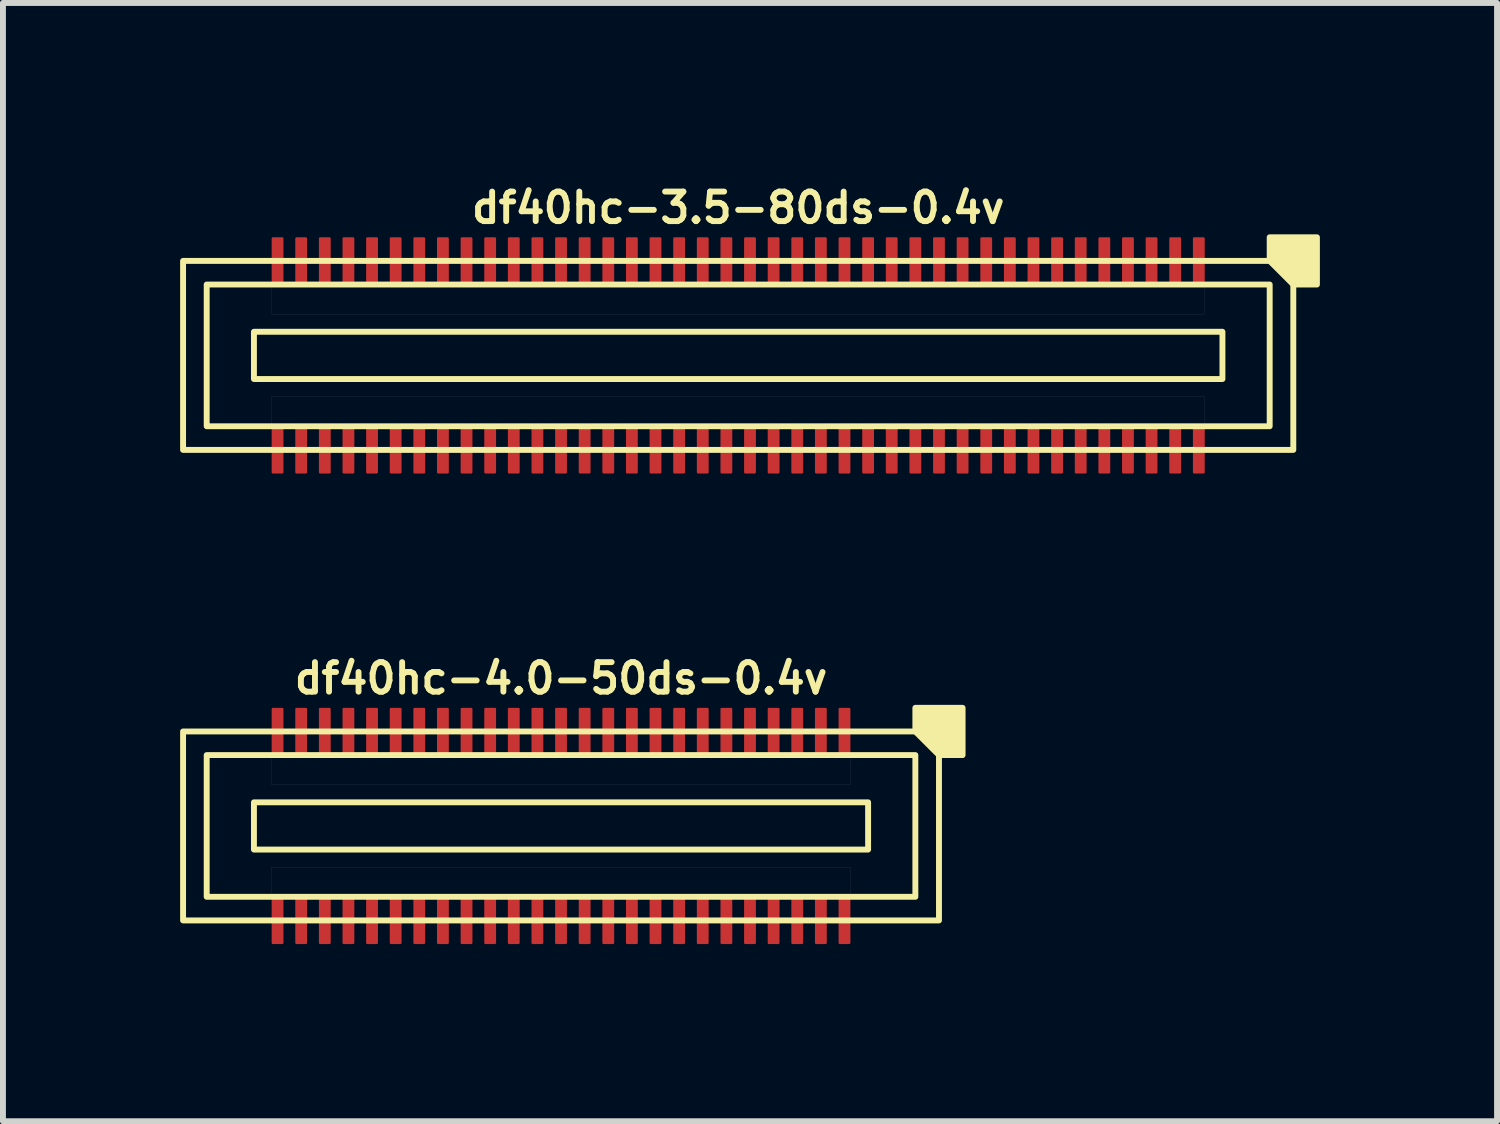
<source format=kicad_pcb>
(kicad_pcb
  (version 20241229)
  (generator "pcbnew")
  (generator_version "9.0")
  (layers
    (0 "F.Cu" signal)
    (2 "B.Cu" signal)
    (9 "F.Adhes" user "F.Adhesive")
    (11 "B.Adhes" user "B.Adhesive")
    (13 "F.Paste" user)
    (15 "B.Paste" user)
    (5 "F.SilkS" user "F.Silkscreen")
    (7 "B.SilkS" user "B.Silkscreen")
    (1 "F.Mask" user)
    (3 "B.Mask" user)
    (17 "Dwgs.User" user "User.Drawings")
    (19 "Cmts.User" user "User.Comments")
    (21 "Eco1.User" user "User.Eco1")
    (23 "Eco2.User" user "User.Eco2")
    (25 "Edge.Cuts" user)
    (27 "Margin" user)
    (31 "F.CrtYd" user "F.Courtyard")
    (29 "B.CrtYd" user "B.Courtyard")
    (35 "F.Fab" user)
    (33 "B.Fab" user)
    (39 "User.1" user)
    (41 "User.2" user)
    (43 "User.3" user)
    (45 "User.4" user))
  (footprint "df40hc-3.5-80ds-0.4v"
    (layer "F.Cu")
    (at 9.45 2.968)
    (property "Reference" "df40hc-3.5-80ds-0.4v" (at 0 -2.5 180) (layer "F.SilkS") (effects (font (size 0.5 0.5) (thickness 0.1))))
    (attr smd)
    (fp_rect (start -8.2 -0.4) (end 8.2 0.4) (stroke (width 0.1) (type default)) (fill no) (layer "F.SilkS"))
    (fp_rect (start 9 -1.2) (end -9 1.2) (stroke (width 0.1) (type default)) (fill no) (layer "F.SilkS"))
    (fp_rect (start 9.4 -1.6) (end -9.4 1.6) (stroke (width 0.1) (type default)) (fill no) (layer "F.SilkS"))
    (fp_poly (pts (xy 9 -1.6) (xy 9 -2) (xy 9.8 -2) (xy 9.8 -1.2) (xy 9.4 -1.2)) (stroke (width 0.1) (type solid)) (fill yes) (layer "F.SilkS"))
    (fp_poly (pts (xy -7.9 -1.2) (xy 7.9 -1.2) (xy 7.9 -0.7) (xy -7.9 -0.7)) (stroke (width 0.001) (type solid)) (fill no) (layer "Dwgs.User"))
    (fp_poly (pts (xy -7.9 0.7) (xy 7.9 0.7) (xy 7.9 1.2) (xy -7.9 1.2)) (stroke (width 0.001) (type solid)) (fill no) (layer "Dwgs.User"))
    (pad "1" smd roundrect (at 7.8 -1.6) (size 0.2 0.8) (layers "F.Cu" "F.Mask" "F.Paste") (roundrect_rratio 0.1))
    (pad "2" smd roundrect (at 7.8 1.6) (size 0.2 0.8) (layers "F.Cu" "F.Mask" "F.Paste") (roundrect_rratio 0.1))
    (pad "3" smd roundrect (at 7.4 -1.6) (size 0.2 0.8) (layers "F.Cu" "F.Mask" "F.Paste") (roundrect_rratio 0.1))
    (pad "4" smd roundrect (at 7.4 1.6) (size 0.2 0.8) (layers "F.Cu" "F.Mask" "F.Paste") (roundrect_rratio 0.1))
    (pad "5" smd roundrect (at 7 -1.6) (size 0.2 0.8) (layers "F.Cu" "F.Mask" "F.Paste") (roundrect_rratio 0.1))
    (pad "6" smd roundrect (at 7 1.6) (size 0.2 0.8) (layers "F.Cu" "F.Mask" "F.Paste") (roundrect_rratio 0.1))
    (pad "7" smd roundrect (at 6.6 -1.6) (size 0.2 0.8) (layers "F.Cu" "F.Mask" "F.Paste") (roundrect_rratio 0.1))
    (pad "8" smd roundrect (at 6.6 1.6) (size 0.2 0.8) (layers "F.Cu" "F.Mask" "F.Paste") (roundrect_rratio 0.1))
    (pad "9" smd roundrect (at 6.2 -1.6) (size 0.2 0.8) (layers "F.Cu" "F.Mask" "F.Paste") (roundrect_rratio 0.1))
    (pad "10" smd roundrect (at 6.2 1.6) (size 0.2 0.8) (layers "F.Cu" "F.Mask" "F.Paste") (roundrect_rratio 0.1))
    (pad "11" smd roundrect (at 5.8 -1.6) (size 0.2 0.8) (layers "F.Cu" "F.Mask" "F.Paste") (roundrect_rratio 0.1))
    (pad "12" smd roundrect (at 5.8 1.6) (size 0.2 0.8) (layers "F.Cu" "F.Mask" "F.Paste") (roundrect_rratio 0.1))
    (pad "13" smd roundrect (at 5.4 -1.6) (size 0.2 0.8) (layers "F.Cu" "F.Mask" "F.Paste") (roundrect_rratio 0.1))
    (pad "14" smd roundrect (at 5.4 1.6) (size 0.2 0.8) (layers "F.Cu" "F.Mask" "F.Paste") (roundrect_rratio 0.1))
    (pad "15" smd roundrect (at 5 -1.6) (size 0.2 0.8) (layers "F.Cu" "F.Mask" "F.Paste") (roundrect_rratio 0.1))
    (pad "16" smd roundrect (at 5 1.6) (size 0.2 0.8) (layers "F.Cu" "F.Mask" "F.Paste") (roundrect_rratio 0.1))
    (pad "17" smd roundrect (at 4.6 -1.6) (size 0.2 0.8) (layers "F.Cu" "F.Mask" "F.Paste") (roundrect_rratio 0.1))
    (pad "18" smd roundrect (at 4.6 1.6) (size 0.2 0.8) (layers "F.Cu" "F.Mask" "F.Paste") (roundrect_rratio 0.1))
    (pad "19" smd roundrect (at 4.2 -1.6) (size 0.2 0.8) (layers "F.Cu" "F.Mask" "F.Paste") (roundrect_rratio 0.1))
    (pad "20" smd roundrect (at 4.2 1.6) (size 0.2 0.8) (layers "F.Cu" "F.Mask" "F.Paste") (roundrect_rratio 0.1))
    (pad "21" smd roundrect (at 3.8 -1.6) (size 0.2 0.8) (layers "F.Cu" "F.Mask" "F.Paste") (roundrect_rratio 0.1))
    (pad "22" smd roundrect (at 3.8 1.6) (size 0.2 0.8) (layers "F.Cu" "F.Mask" "F.Paste") (roundrect_rratio 0.1))
    (pad "23" smd roundrect (at 3.4 -1.6) (size 0.2 0.8) (layers "F.Cu" "F.Mask" "F.Paste") (roundrect_rratio 0.1))
    (pad "24" smd roundrect (at 3.4 1.6) (size 0.2 0.8) (layers "F.Cu" "F.Mask" "F.Paste") (roundrect_rratio 0.1))
    (pad "25" smd roundrect (at 3 -1.6) (size 0.2 0.8) (layers "F.Cu" "F.Mask" "F.Paste") (roundrect_rratio 0.1))
    (pad "26" smd roundrect (at 3 1.6) (size 0.2 0.8) (layers "F.Cu" "F.Mask" "F.Paste") (roundrect_rratio 0.1))
    (pad "27" smd roundrect (at 2.6 -1.6) (size 0.2 0.8) (layers "F.Cu" "F.Mask" "F.Paste") (roundrect_rratio 0.1))
    (pad "28" smd roundrect (at 2.6 1.6) (size 0.2 0.8) (layers "F.Cu" "F.Mask" "F.Paste") (roundrect_rratio 0.1))
    (pad "29" smd roundrect (at 2.2 -1.6) (size 0.2 0.8) (layers "F.Cu" "F.Mask" "F.Paste") (roundrect_rratio 0.1))
    (pad "30" smd roundrect (at 2.2 1.6) (size 0.2 0.8) (layers "F.Cu" "F.Mask" "F.Paste") (roundrect_rratio 0.1))
    (pad "31" smd roundrect (at 1.8 -1.6) (size 0.2 0.8) (layers "F.Cu" "F.Mask" "F.Paste") (roundrect_rratio 0.1))
    (pad "32" smd roundrect (at 1.8 1.6) (size 0.2 0.8) (layers "F.Cu" "F.Mask" "F.Paste") (roundrect_rratio 0.1))
    (pad "33" smd roundrect (at 1.4 -1.6) (size 0.2 0.8) (layers "F.Cu" "F.Mask" "F.Paste") (roundrect_rratio 0.1))
    (pad "34" smd roundrect (at 1.4 1.6) (size 0.2 0.8) (layers "F.Cu" "F.Mask" "F.Paste") (roundrect_rratio 0.1))
    (pad "35" smd roundrect (at 1 -1.6) (size 0.2 0.8) (layers "F.Cu" "F.Mask" "F.Paste") (roundrect_rratio 0.1))
    (pad "36" smd roundrect (at 1 1.6) (size 0.2 0.8) (layers "F.Cu" "F.Mask" "F.Paste") (roundrect_rratio 0.1))
    (pad "37" smd roundrect (at 0.6 -1.6) (size 0.2 0.8) (layers "F.Cu" "F.Mask" "F.Paste") (roundrect_rratio 0.1))
    (pad "38" smd roundrect (at 0.6 1.6) (size 0.2 0.8) (layers "F.Cu" "F.Mask" "F.Paste") (roundrect_rratio 0.1))
    (pad "39" smd roundrect (at 0.2 -1.6) (size 0.2 0.8) (layers "F.Cu" "F.Mask" "F.Paste") (roundrect_rratio 0.1))
    (pad "40" smd roundrect (at 0.2 1.6) (size 0.2 0.8) (layers "F.Cu" "F.Mask" "F.Paste") (roundrect_rratio 0.1))
    (pad "41" smd roundrect (at -0.2 -1.6) (size 0.2 0.8) (layers "F.Cu" "F.Mask" "F.Paste") (roundrect_rratio 0.1))
    (pad "42" smd roundrect (at -0.2 1.6) (size 0.2 0.8) (layers "F.Cu" "F.Mask" "F.Paste") (roundrect_rratio 0.1))
    (pad "43" smd roundrect (at -0.6 -1.6) (size 0.2 0.8) (layers "F.Cu" "F.Mask" "F.Paste") (roundrect_rratio 0.1))
    (pad "44" smd roundrect (at -0.6 1.6) (size 0.2 0.8) (layers "F.Cu" "F.Mask" "F.Paste") (roundrect_rratio 0.1))
    (pad "45" smd roundrect (at -1 -1.6) (size 0.2 0.8) (layers "F.Cu" "F.Mask" "F.Paste") (roundrect_rratio 0.1))
    (pad "46" smd roundrect (at -1 1.6) (size 0.2 0.8) (layers "F.Cu" "F.Mask" "F.Paste") (roundrect_rratio 0.1))
    (pad "47" smd roundrect (at -1.4 -1.6) (size 0.2 0.8) (layers "F.Cu" "F.Mask" "F.Paste") (roundrect_rratio 0.1))
    (pad "48" smd roundrect (at -1.4 1.6) (size 0.2 0.8) (layers "F.Cu" "F.Mask" "F.Paste") (roundrect_rratio 0.1))
    (pad "49" smd roundrect (at -1.8 -1.6) (size 0.2 0.8) (layers "F.Cu" "F.Mask" "F.Paste") (roundrect_rratio 0.1))
    (pad "50" smd roundrect (at -1.8 1.6) (size 0.2 0.8) (layers "F.Cu" "F.Mask" "F.Paste") (roundrect_rratio 0.1))
    (pad "51" smd roundrect (at -2.2 -1.6) (size 0.2 0.8) (layers "F.Cu" "F.Mask" "F.Paste") (roundrect_rratio 0.1))
    (pad "52" smd roundrect (at -2.2 1.6) (size 0.2 0.8) (layers "F.Cu" "F.Mask" "F.Paste") (roundrect_rratio 0.1))
    (pad "53" smd roundrect (at -2.6 -1.6) (size 0.2 0.8) (layers "F.Cu" "F.Mask" "F.Paste") (roundrect_rratio 0.1))
    (pad "54" smd roundrect (at -2.6 1.6) (size 0.2 0.8) (layers "F.Cu" "F.Mask" "F.Paste") (roundrect_rratio 0.1))
    (pad "55" smd roundrect (at -3 -1.6) (size 0.2 0.8) (layers "F.Cu" "F.Mask" "F.Paste") (roundrect_rratio 0.1))
    (pad "56" smd roundrect (at -3 1.6) (size 0.2 0.8) (layers "F.Cu" "F.Mask" "F.Paste") (roundrect_rratio 0.1))
    (pad "57" smd roundrect (at -3.4 -1.6) (size 0.2 0.8) (layers "F.Cu" "F.Mask" "F.Paste") (roundrect_rratio 0.1))
    (pad "58" smd roundrect (at -3.4 1.6) (size 0.2 0.8) (layers "F.Cu" "F.Mask" "F.Paste") (roundrect_rratio 0.1))
    (pad "59" smd roundrect (at -3.8 -1.6) (size 0.2 0.8) (layers "F.Cu" "F.Mask" "F.Paste") (roundrect_rratio 0.1))
    (pad "60" smd roundrect (at -3.8 1.6) (size 0.2 0.8) (layers "F.Cu" "F.Mask" "F.Paste") (roundrect_rratio 0.1))
    (pad "61" smd roundrect (at -4.2 -1.6) (size 0.2 0.8) (layers "F.Cu" "F.Mask" "F.Paste") (roundrect_rratio 0.1))
    (pad "62" smd roundrect (at -4.2 1.6) (size 0.2 0.8) (layers "F.Cu" "F.Mask" "F.Paste") (roundrect_rratio 0.1))
    (pad "63" smd roundrect (at -4.6 -1.6) (size 0.2 0.8) (layers "F.Cu" "F.Mask" "F.Paste") (roundrect_rratio 0.1))
    (pad "64" smd roundrect (at -4.6 1.6) (size 0.2 0.8) (layers "F.Cu" "F.Mask" "F.Paste") (roundrect_rratio 0.1))
    (pad "65" smd roundrect (at -5 -1.6) (size 0.2 0.8) (layers "F.Cu" "F.Mask" "F.Paste") (roundrect_rratio 0.1))
    (pad "66" smd roundrect (at -5 1.6) (size 0.2 0.8) (layers "F.Cu" "F.Mask" "F.Paste") (roundrect_rratio 0.1))
    (pad "67" smd roundrect (at -5.4 -1.6) (size 0.2 0.8) (layers "F.Cu" "F.Mask" "F.Paste") (roundrect_rratio 0.1))
    (pad "68" smd roundrect (at -5.4 1.6) (size 0.2 0.8) (layers "F.Cu" "F.Mask" "F.Paste") (roundrect_rratio 0.1))
    (pad "69" smd roundrect (at -5.8 -1.6) (size 0.2 0.8) (layers "F.Cu" "F.Mask" "F.Paste") (roundrect_rratio 0.1))
    (pad "70" smd roundrect (at -5.8 1.6) (size 0.2 0.8) (layers "F.Cu" "F.Mask" "F.Paste") (roundrect_rratio 0.1))
    (pad "71" smd roundrect (at -6.2 -1.6) (size 0.2 0.8) (layers "F.Cu" "F.Mask" "F.Paste") (roundrect_rratio 0.1))
    (pad "72" smd roundrect (at -6.2 1.6) (size 0.2 0.8) (layers "F.Cu" "F.Mask" "F.Paste") (roundrect_rratio 0.1))
    (pad "73" smd roundrect (at -6.6 -1.6) (size 0.2 0.8) (layers "F.Cu" "F.Mask" "F.Paste") (roundrect_rratio 0.1))
    (pad "74" smd roundrect (at -6.6 1.6) (size 0.2 0.8) (layers "F.Cu" "F.Mask" "F.Paste") (roundrect_rratio 0.1))
    (pad "75" smd roundrect (at -7 -1.6) (size 0.2 0.8) (layers "F.Cu" "F.Mask" "F.Paste") (roundrect_rratio 0.1))
    (pad "76" smd roundrect (at -7 1.6) (size 0.2 0.8) (layers "F.Cu" "F.Mask" "F.Paste") (roundrect_rratio 0.1))
    (pad "77" smd roundrect (at -7.4 -1.6) (size 0.2 0.8) (layers "F.Cu" "F.Mask" "F.Paste") (roundrect_rratio 0.1))
    (pad "78" smd roundrect (at -7.4 1.6) (size 0.2 0.8) (layers "F.Cu" "F.Mask" "F.Paste") (roundrect_rratio 0.1))
    (pad "79" smd roundrect (at -7.8 -1.6) (size 0.2 0.8) (layers "F.Cu" "F.Mask" "F.Paste") (roundrect_rratio 0.1))
    (pad "80" smd roundrect (at -7.8 1.6) (size 0.2 0.8) (layers "F.Cu" "F.Mask" "F.Paste") (roundrect_rratio 0.1)))
  (footprint "df40hc-4.0-50ds-0.4v"
    (layer "F.Cu")
    (at 6.45 10.936)
    (property "Reference" "df40hc-4.0-50ds-0.4v" (at 0 -2.5 180) (layer "F.SilkS") (effects (font (size 0.5 0.5) (thickness 0.1))))
    (attr smd)
    (fp_rect (start -5.2 -0.4) (end 5.2 0.4) (stroke (width 0.1) (type default)) (fill no) (layer "F.SilkS"))
    (fp_rect (start 6 -1.2) (end -6 1.2) (stroke (width 0.1) (type default)) (fill no) (layer "F.SilkS"))
    (fp_rect (start 6.4 -1.6) (end -6.4 1.6) (stroke (width 0.1) (type default)) (fill no) (layer "F.SilkS"))
    (fp_poly (pts (xy 6 -1.6) (xy 6 -2) (xy 6.8 -2) (xy 6.8 -1.2) (xy 6.4 -1.2)) (stroke (width 0.1) (type solid)) (fill yes) (layer "F.SilkS"))
    (fp_poly (pts (xy -4.9 -1.2) (xy 4.9 -1.2) (xy 4.9 -0.7) (xy -4.9 -0.7)) (stroke (width 0.001) (type solid)) (fill no) (layer "Dwgs.User"))
    (fp_poly (pts (xy -4.9 0.7) (xy 4.9 0.7) (xy 4.9 1.2) (xy -4.9 1.2)) (stroke (width 0.001) (type solid)) (fill no) (layer "Dwgs.User"))
    (pad "1" smd roundrect (at 4.8 -1.6) (size 0.2 0.8) (layers "F.Cu" "F.Mask" "F.Paste") (roundrect_rratio 0.1))
    (pad "2" smd roundrect (at 4.8 1.6) (size 0.2 0.8) (layers "F.Cu" "F.Mask" "F.Paste") (roundrect_rratio 0.1))
    (pad "3" smd roundrect (at 4.4 -1.6) (size 0.2 0.8) (layers "F.Cu" "F.Mask" "F.Paste") (roundrect_rratio 0.1))
    (pad "4" smd roundrect (at 4.4 1.6) (size 0.2 0.8) (layers "F.Cu" "F.Mask" "F.Paste") (roundrect_rratio 0.1))
    (pad "5" smd roundrect (at 4 -1.6) (size 0.2 0.8) (layers "F.Cu" "F.Mask" "F.Paste") (roundrect_rratio 0.1))
    (pad "6" smd roundrect (at 4 1.6) (size 0.2 0.8) (layers "F.Cu" "F.Mask" "F.Paste") (roundrect_rratio 0.1))
    (pad "7" smd roundrect (at 3.6 -1.6) (size 0.2 0.8) (layers "F.Cu" "F.Mask" "F.Paste") (roundrect_rratio 0.1))
    (pad "8" smd roundrect (at 3.6 1.6) (size 0.2 0.8) (layers "F.Cu" "F.Mask" "F.Paste") (roundrect_rratio 0.1))
    (pad "9" smd roundrect (at 3.2 -1.6) (size 0.2 0.8) (layers "F.Cu" "F.Mask" "F.Paste") (roundrect_rratio 0.1))
    (pad "10" smd roundrect (at 3.2 1.6) (size 0.2 0.8) (layers "F.Cu" "F.Mask" "F.Paste") (roundrect_rratio 0.1))
    (pad "11" smd roundrect (at 2.8 -1.6) (size 0.2 0.8) (layers "F.Cu" "F.Mask" "F.Paste") (roundrect_rratio 0.1))
    (pad "12" smd roundrect (at 2.8 1.6) (size 0.2 0.8) (layers "F.Cu" "F.Mask" "F.Paste") (roundrect_rratio 0.1))
    (pad "13" smd roundrect (at 2.4 -1.6) (size 0.2 0.8) (layers "F.Cu" "F.Mask" "F.Paste") (roundrect_rratio 0.1))
    (pad "14" smd roundrect (at 2.4 1.6) (size 0.2 0.8) (layers "F.Cu" "F.Mask" "F.Paste") (roundrect_rratio 0.1))
    (pad "15" smd roundrect (at 2 -1.6) (size 0.2 0.8) (layers "F.Cu" "F.Mask" "F.Paste") (roundrect_rratio 0.1))
    (pad "16" smd roundrect (at 2 1.6) (size 0.2 0.8) (layers "F.Cu" "F.Mask" "F.Paste") (roundrect_rratio 0.1))
    (pad "17" smd roundrect (at 1.6 -1.6) (size 0.2 0.8) (layers "F.Cu" "F.Mask" "F.Paste") (roundrect_rratio 0.1))
    (pad "18" smd roundrect (at 1.6 1.6) (size 0.2 0.8) (layers "F.Cu" "F.Mask" "F.Paste") (roundrect_rratio 0.1))
    (pad "19" smd roundrect (at 1.2 -1.6) (size 0.2 0.8) (layers "F.Cu" "F.Mask" "F.Paste") (roundrect_rratio 0.1))
    (pad "20" smd roundrect (at 1.2 1.6) (size 0.2 0.8) (layers "F.Cu" "F.Mask" "F.Paste") (roundrect_rratio 0.1))
    (pad "21" smd roundrect (at 0.8 -1.6) (size 0.2 0.8) (layers "F.Cu" "F.Mask" "F.Paste") (roundrect_rratio 0.1))
    (pad "22" smd roundrect (at 0.8 1.6) (size 0.2 0.8) (layers "F.Cu" "F.Mask" "F.Paste") (roundrect_rratio 0.1))
    (pad "23" smd roundrect (at 0.4 -1.6) (size 0.2 0.8) (layers "F.Cu" "F.Mask" "F.Paste") (roundrect_rratio 0.1))
    (pad "24" smd roundrect (at 0.4 1.6) (size 0.2 0.8) (layers "F.Cu" "F.Mask" "F.Paste") (roundrect_rratio 0.1))
    (pad "25" smd roundrect (at 0 -1.6) (size 0.2 0.8) (layers "F.Cu" "F.Mask" "F.Paste") (roundrect_rratio 0.1))
    (pad "26" smd roundrect (at 0 1.6) (size 0.2 0.8) (layers "F.Cu" "F.Mask" "F.Paste") (roundrect_rratio 0.1))
    (pad "27" smd roundrect (at -0.4 -1.6) (size 0.2 0.8) (layers "F.Cu" "F.Mask" "F.Paste") (roundrect_rratio 0.1))
    (pad "28" smd roundrect (at -0.4 1.6) (size 0.2 0.8) (layers "F.Cu" "F.Mask" "F.Paste") (roundrect_rratio 0.1))
    (pad "29" smd roundrect (at -0.8 -1.6) (size 0.2 0.8) (layers "F.Cu" "F.Mask" "F.Paste") (roundrect_rratio 0.1))
    (pad "30" smd roundrect (at -0.8 1.6) (size 0.2 0.8) (layers "F.Cu" "F.Mask" "F.Paste") (roundrect_rratio 0.1))
    (pad "31" smd roundrect (at -1.2 -1.6) (size 0.2 0.8) (layers "F.Cu" "F.Mask" "F.Paste") (roundrect_rratio 0.1))
    (pad "32" smd roundrect (at -1.2 1.6) (size 0.2 0.8) (layers "F.Cu" "F.Mask" "F.Paste") (roundrect_rratio 0.1))
    (pad "33" smd roundrect (at -1.6 -1.6) (size 0.2 0.8) (layers "F.Cu" "F.Mask" "F.Paste") (roundrect_rratio 0.1))
    (pad "34" smd roundrect (at -1.6 1.6) (size 0.2 0.8) (layers "F.Cu" "F.Mask" "F.Paste") (roundrect_rratio 0.1))
    (pad "35" smd roundrect (at -2 -1.6) (size 0.2 0.8) (layers "F.Cu" "F.Mask" "F.Paste") (roundrect_rratio 0.1))
    (pad "36" smd roundrect (at -2 1.6) (size 0.2 0.8) (layers "F.Cu" "F.Mask" "F.Paste") (roundrect_rratio 0.1))
    (pad "37" smd roundrect (at -2.4 -1.6) (size 0.2 0.8) (layers "F.Cu" "F.Mask" "F.Paste") (roundrect_rratio 0.1))
    (pad "38" smd roundrect (at -2.4 1.6) (size 0.2 0.8) (layers "F.Cu" "F.Mask" "F.Paste") (roundrect_rratio 0.1))
    (pad "39" smd roundrect (at -2.8 -1.6) (size 0.2 0.8) (layers "F.Cu" "F.Mask" "F.Paste") (roundrect_rratio 0.1))
    (pad "40" smd roundrect (at -2.8 1.6) (size 0.2 0.8) (layers "F.Cu" "F.Mask" "F.Paste") (roundrect_rratio 0.1))
    (pad "41" smd roundrect (at -3.2 -1.6) (size 0.2 0.8) (layers "F.Cu" "F.Mask" "F.Paste") (roundrect_rratio 0.1))
    (pad "42" smd roundrect (at -3.2 1.6) (size 0.2 0.8) (layers "F.Cu" "F.Mask" "F.Paste") (roundrect_rratio 0.1))
    (pad "43" smd roundrect (at -3.6 -1.6) (size 0.2 0.8) (layers "F.Cu" "F.Mask" "F.Paste") (roundrect_rratio 0.1))
    (pad "44" smd roundrect (at -3.6 1.6) (size 0.2 0.8) (layers "F.Cu" "F.Mask" "F.Paste") (roundrect_rratio 0.1))
    (pad "45" smd roundrect (at -4 -1.6) (size 0.2 0.8) (layers "F.Cu" "F.Mask" "F.Paste") (roundrect_rratio 0.1))
    (pad "46" smd roundrect (at -4 1.6) (size 0.2 0.8) (layers "F.Cu" "F.Mask" "F.Paste") (roundrect_rratio 0.1))
    (pad "47" smd roundrect (at -4.4 -1.6) (size 0.2 0.8) (layers "F.Cu" "F.Mask" "F.Paste") (roundrect_rratio 0.1))
    (pad "48" smd roundrect (at -4.4 1.6) (size 0.2 0.8) (layers "F.Cu" "F.Mask" "F.Paste") (roundrect_rratio 0.1))
    (pad "49" smd roundrect (at -4.8 -1.6) (size 0.2 0.8) (layers "F.Cu" "F.Mask" "F.Paste") (roundrect_rratio 0.1))
    (pad "50" smd roundrect (at -4.8 1.6) (size 0.2 0.8) (layers "F.Cu" "F.Mask" "F.Paste") (roundrect_rratio 0.1)))
  (gr_rect
    (start -3 -3)
    (end 22.3 15.936)
    (stroke (width 0.1) (type default))
    (fill no)
    (layer "Edge.Cuts")))
</source>
